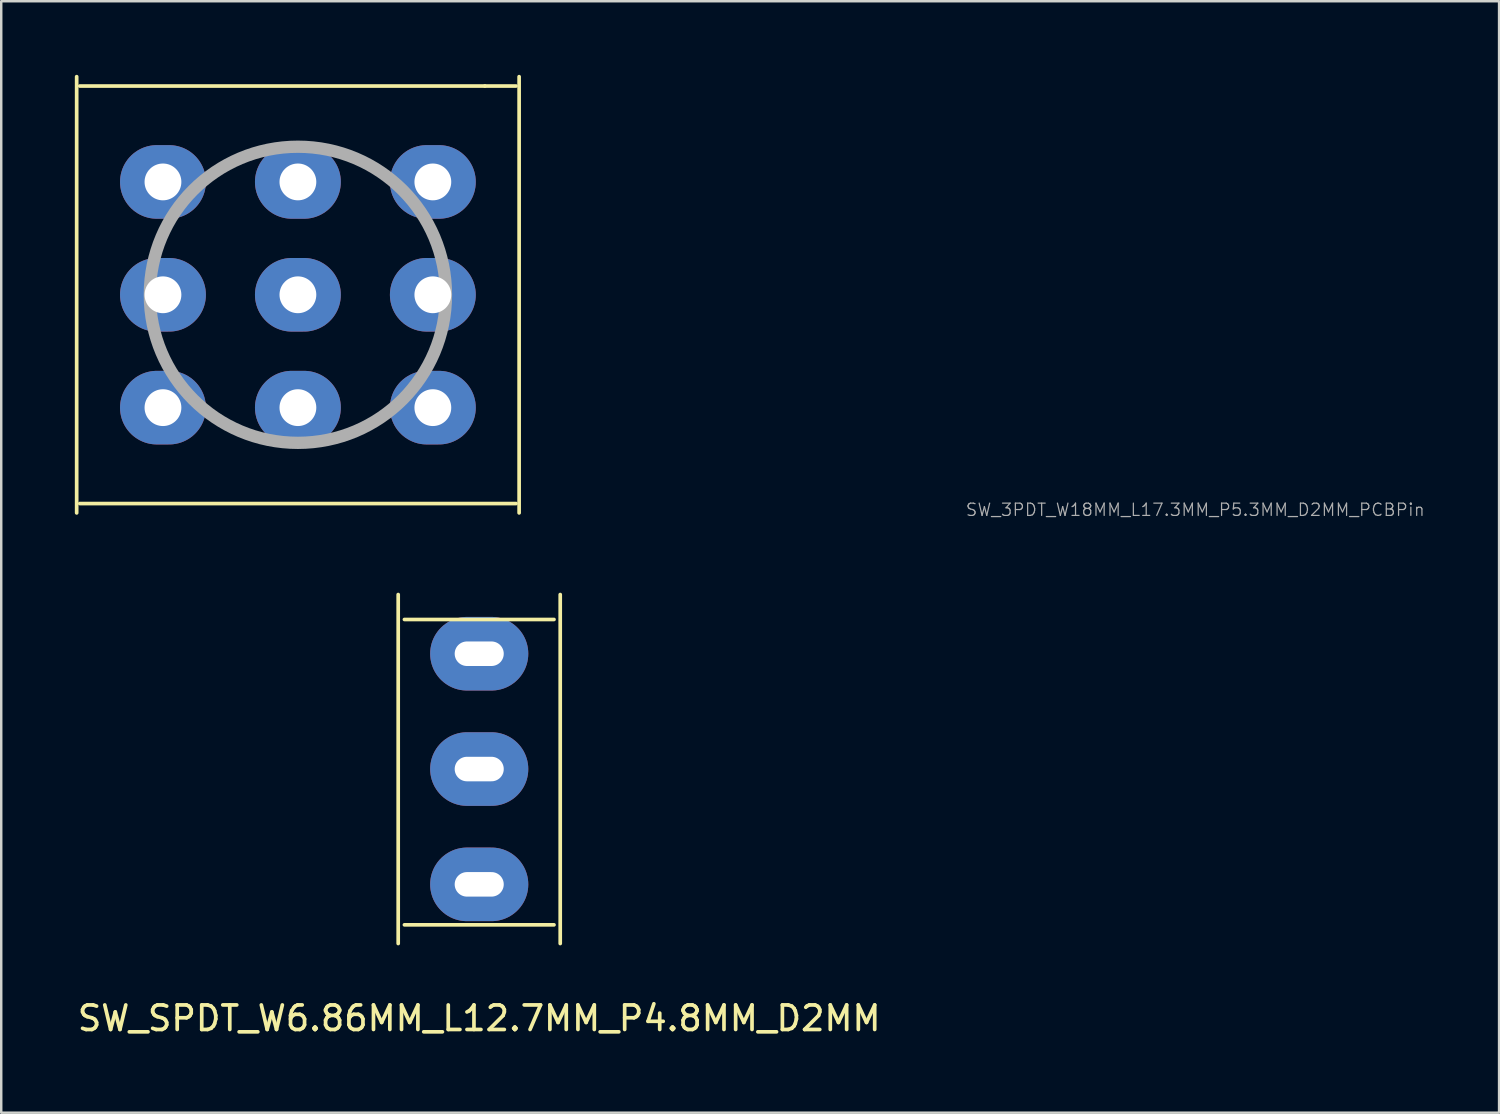
<source format=kicad_pcb>
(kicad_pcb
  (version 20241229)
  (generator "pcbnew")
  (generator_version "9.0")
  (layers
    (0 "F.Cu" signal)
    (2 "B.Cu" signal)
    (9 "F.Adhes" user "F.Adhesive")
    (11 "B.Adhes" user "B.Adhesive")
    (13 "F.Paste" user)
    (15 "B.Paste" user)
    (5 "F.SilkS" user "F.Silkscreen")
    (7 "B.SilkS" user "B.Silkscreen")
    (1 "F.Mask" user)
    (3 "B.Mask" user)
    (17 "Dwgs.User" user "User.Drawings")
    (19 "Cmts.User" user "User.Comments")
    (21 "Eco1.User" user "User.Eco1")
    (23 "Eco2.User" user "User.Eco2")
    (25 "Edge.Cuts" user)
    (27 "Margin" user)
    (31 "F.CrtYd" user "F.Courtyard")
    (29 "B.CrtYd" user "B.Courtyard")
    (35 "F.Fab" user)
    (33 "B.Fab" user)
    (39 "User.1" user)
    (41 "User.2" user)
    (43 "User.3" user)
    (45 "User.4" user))
  (footprint "SW_3PDT_W18MM_L17.3MM_P5.3MM_D2MM_PCBPin"
    (layer "F.Cu")
    (at 9.092 8.965)
    (property "Reference" "SW_3PDT_W18MM_L17.3MM_P5.3MM_D2MM_PCBPin" (at 36.576 8.763 0) (layer "F.Fab") (effects (font (size 0.5 0.5) (thickness 0.05))))
    (attr through_hole)
    (fp_line (start -9.017 8.89) (end -9.017 -8.89) (stroke (width 0.15) (type solid)) (layer "F.SilkS"))
    (fp_line (start -8.89 -8.509) (end 7.62 -8.509) (stroke (width 0.15) (type solid)) (layer "F.SilkS"))
    (fp_line (start 7.62 -8.509) (end 8.89 -8.509) (stroke (width 0.15) (type solid)) (layer "F.SilkS"))
    (fp_line (start 8.89 8.509) (end -8.89 8.509) (stroke (width 0.15) (type solid)) (layer "F.SilkS"))
    (fp_line (start 9.017 -8.89) (end 9.017 8.89) (stroke (width 0.15) (type solid)) (layer "F.SilkS"))
    (fp_circle (center 0 0) (end 0.191 6.032) (stroke (width 0.5) (type solid)) (fill no) (layer "F.Fab"))
    (pad "1" thru_hole oval (at -5.5 -4.6) (size 3.5 3) (drill 1.5) (layers "*.Cu" "*.Mask"))
    (pad "2" thru_hole oval (at -5.5 0) (size 3.5 3) (drill 1.5) (layers "*.Cu" "*.Mask"))
    (pad "3" thru_hole oval (at -5.5 4.6) (size 3.5 3) (drill 1.5) (layers "*.Cu" "*.Mask"))
    (pad "4" thru_hole oval (at 0 -4.6) (size 3.5 3) (drill 1.5) (layers "*.Cu" "*.Mask"))
    (pad "5" thru_hole oval (at 0 0) (size 3.5 3) (drill 1.5) (layers "*.Cu" "*.Mask"))
    (pad "6" thru_hole oval (at 0 4.6) (size 3.5 3) (drill 1.5) (layers "*.Cu" "*.Mask"))
    (pad "7" thru_hole oval (at 5.5 -4.6) (size 3.5 3) (drill 1.5) (layers "*.Cu" "*.Mask"))
    (pad "8" thru_hole oval (at 5.5 0) (size 3.5 3) (drill 1.5) (layers "*.Cu" "*.Mask"))
    (pad "9" thru_hole oval (at 5.5 4.6) (size 3.5 3) (drill 1.5) (layers "*.Cu" "*.Mask")))
  (footprint "SW_SPDT_W6.86MM_L12.7MM_P4.8MM_D2MM"
    (layer "F.Cu")
    (at 16.482 28.295)
    (property "Reference" "SW_SPDT_W6.86MM_L12.7MM_P4.8MM_D2MM" (at 0 10.16 0) (layer "F.SilkS") (effects (font (size 1 1) (thickness 0.15))))
    (attr through_hole)
    (fp_line (start -3.302 7.112) (end -3.302 -7.112) (stroke (width 0.15) (type solid)) (layer "F.SilkS"))
    (fp_line (start -3.048 -6.096) (end 3.048 -6.096) (stroke (width 0.15) (type solid)) (layer "F.SilkS"))
    (fp_line (start -3.048 6.35) (end 3.048 6.35) (stroke (width 0.15) (type solid)) (layer "F.SilkS"))
    (fp_line (start 3.302 -7.112) (end 3.302 7.112) (stroke (width 0.15) (type solid)) (layer "F.SilkS"))
    (pad "1" thru_hole oval (at 0 -4.7) (size 4 3) (drill oval 2 1) (layers "*.Cu" "*.Mask"))
    (pad "2" thru_hole oval (at 0 0) (size 4 3) (drill oval 2 1) (layers "*.Cu" "*.Mask"))
    (pad "3" thru_hole oval (at 0 4.7) (size 4 3) (drill oval 2 1) (layers "*.Cu" "*.Mask")))
  (gr_rect
    (start -3 -3)
    (end 58.05 42.303)
    (stroke (width 0.1) (type default))
    (fill no)
    (layer "Edge.Cuts")))
</source>
